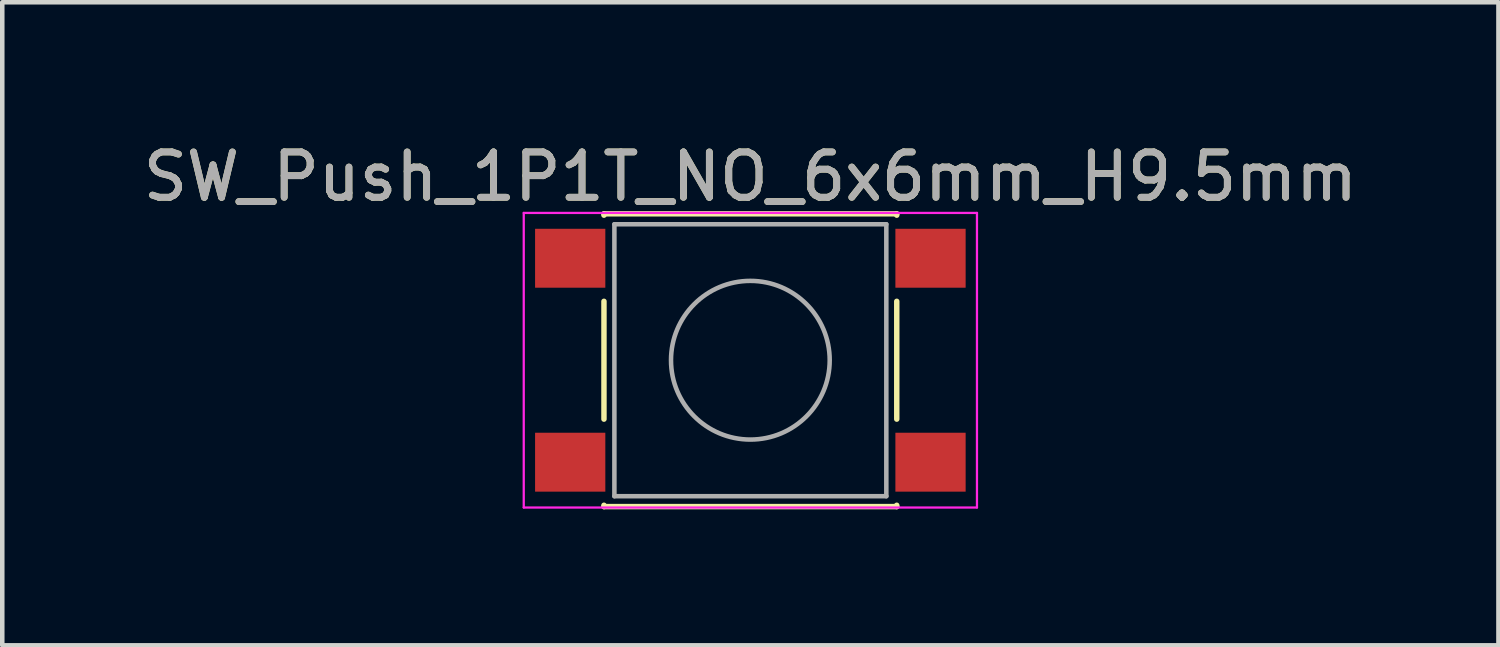
<source format=kicad_pcb>
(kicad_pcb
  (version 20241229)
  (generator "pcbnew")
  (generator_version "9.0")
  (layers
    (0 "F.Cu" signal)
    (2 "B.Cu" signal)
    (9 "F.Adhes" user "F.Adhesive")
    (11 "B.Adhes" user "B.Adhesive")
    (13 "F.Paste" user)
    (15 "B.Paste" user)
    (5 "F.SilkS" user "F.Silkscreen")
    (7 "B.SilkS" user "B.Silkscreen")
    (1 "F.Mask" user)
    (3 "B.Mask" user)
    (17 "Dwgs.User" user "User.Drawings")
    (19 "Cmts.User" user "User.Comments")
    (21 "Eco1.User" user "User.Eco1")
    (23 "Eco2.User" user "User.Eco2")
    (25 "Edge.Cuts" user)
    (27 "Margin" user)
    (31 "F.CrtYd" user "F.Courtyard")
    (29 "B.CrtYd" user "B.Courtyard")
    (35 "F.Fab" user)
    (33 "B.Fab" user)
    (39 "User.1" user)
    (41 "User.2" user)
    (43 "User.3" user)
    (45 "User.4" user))
  (footprint "SW_Push_1P1T_NO_6x6mm_H9.5mm"
    (layer "F.Cu")
    (at 13.506 4.898)
    (property "Reference" "SW_Push_1P1T_NO_6x6mm_H9.5mm" (at 0 -4.05 0) (layer "F.SilkS") (effects (font (size 1 1) (thickness 0.15))))
    (attr smd exclude_from_pos_files exclude_from_bom)
    (fp_line (start -3.23 -3.23) (end -3.23 -3.2) (stroke (width 0.12) (type solid)) (layer "F.SilkS"))
    (fp_line (start -3.23 1.3) (end -3.23 -1.3) (stroke (width 0.12) (type solid)) (layer "F.SilkS"))
    (fp_line (start -3.23 3.2) (end -3.23 3.23) (stroke (width 0.12) (type solid)) (layer "F.SilkS"))
    (fp_line (start 3.23 -3.23) (end -3.23 -3.23) (stroke (width 0.12) (type solid)) (layer "F.SilkS"))
    (fp_line (start 3.23 -3.2) (end 3.23 -3.23) (stroke (width 0.12) (type solid)) (layer "F.SilkS"))
    (fp_line (start 3.23 1.3) (end 3.23 -1.3) (stroke (width 0.12) (type solid)) (layer "F.SilkS"))
    (fp_line (start 3.23 3.2) (end 3.23 3.23) (stroke (width 0.12) (type solid)) (layer "F.SilkS"))
    (fp_line (start 3.23 3.23) (end -3.23 3.23) (stroke (width 0.12) (type solid)) (layer "F.SilkS"))
    (fp_line (start -5 3.25) (end -5 -3.25) (stroke (width 0.05) (type solid)) (layer "F.CrtYd"))
    (fp_line (start 5 -3.25) (end -5 -3.25) (stroke (width 0.05) (type solid)) (layer "F.CrtYd"))
    (fp_line (start 5 -3.25) (end 5 3.25) (stroke (width 0.05) (type solid)) (layer "F.CrtYd"))
    (fp_line (start 5 3.25) (end -5 3.25) (stroke (width 0.05) (type solid)) (layer "F.CrtYd"))
    (fp_line (start -3 -3) (end 3 -3) (stroke (width 0.1) (type solid)) (layer "F.Fab"))
    (fp_line (start -3 3) (end -3 -3) (stroke (width 0.1) (type solid)) (layer "F.Fab"))
    (fp_line (start 3 -3) (end 3 3) (stroke (width 0.1) (type solid)) (layer "F.Fab"))
    (fp_line (start 3 3) (end -3 3) (stroke (width 0.1) (type solid)) (layer "F.Fab"))
    (fp_circle (center 0 0) (end 1.75 -0.05) (stroke (width 0.1) (type solid)) (fill no) (layer "F.Fab"))
    (fp_text user "${REFERENCE}" (at 0 -4.05 0) (layer "F.Fab") (effects (font (size 1 1) (thickness 0.15))))
    (pad "1" smd rect (at -3.975 -2.25) (size 1.55 1.3) (layers "F.Cu" "F.Mask" "F.Paste"))
    (pad "1" smd rect (at 3.975 -2.25) (size 1.55 1.3) (layers "F.Cu" "F.Mask" "F.Paste"))
    (pad "2" smd rect (at -3.975 2.25) (size 1.55 1.3) (layers "F.Cu" "F.Mask" "F.Paste"))
    (pad "2" smd rect (at 3.975 2.25) (size 1.55 1.3) (layers "F.Cu" "F.Mask" "F.Paste")))
  (gr_rect
    (start -3 -3)
    (end 30.012 11.188)
    (stroke (width 0.1) (type default))
    (fill no)
    (layer "Edge.Cuts")))
</source>
